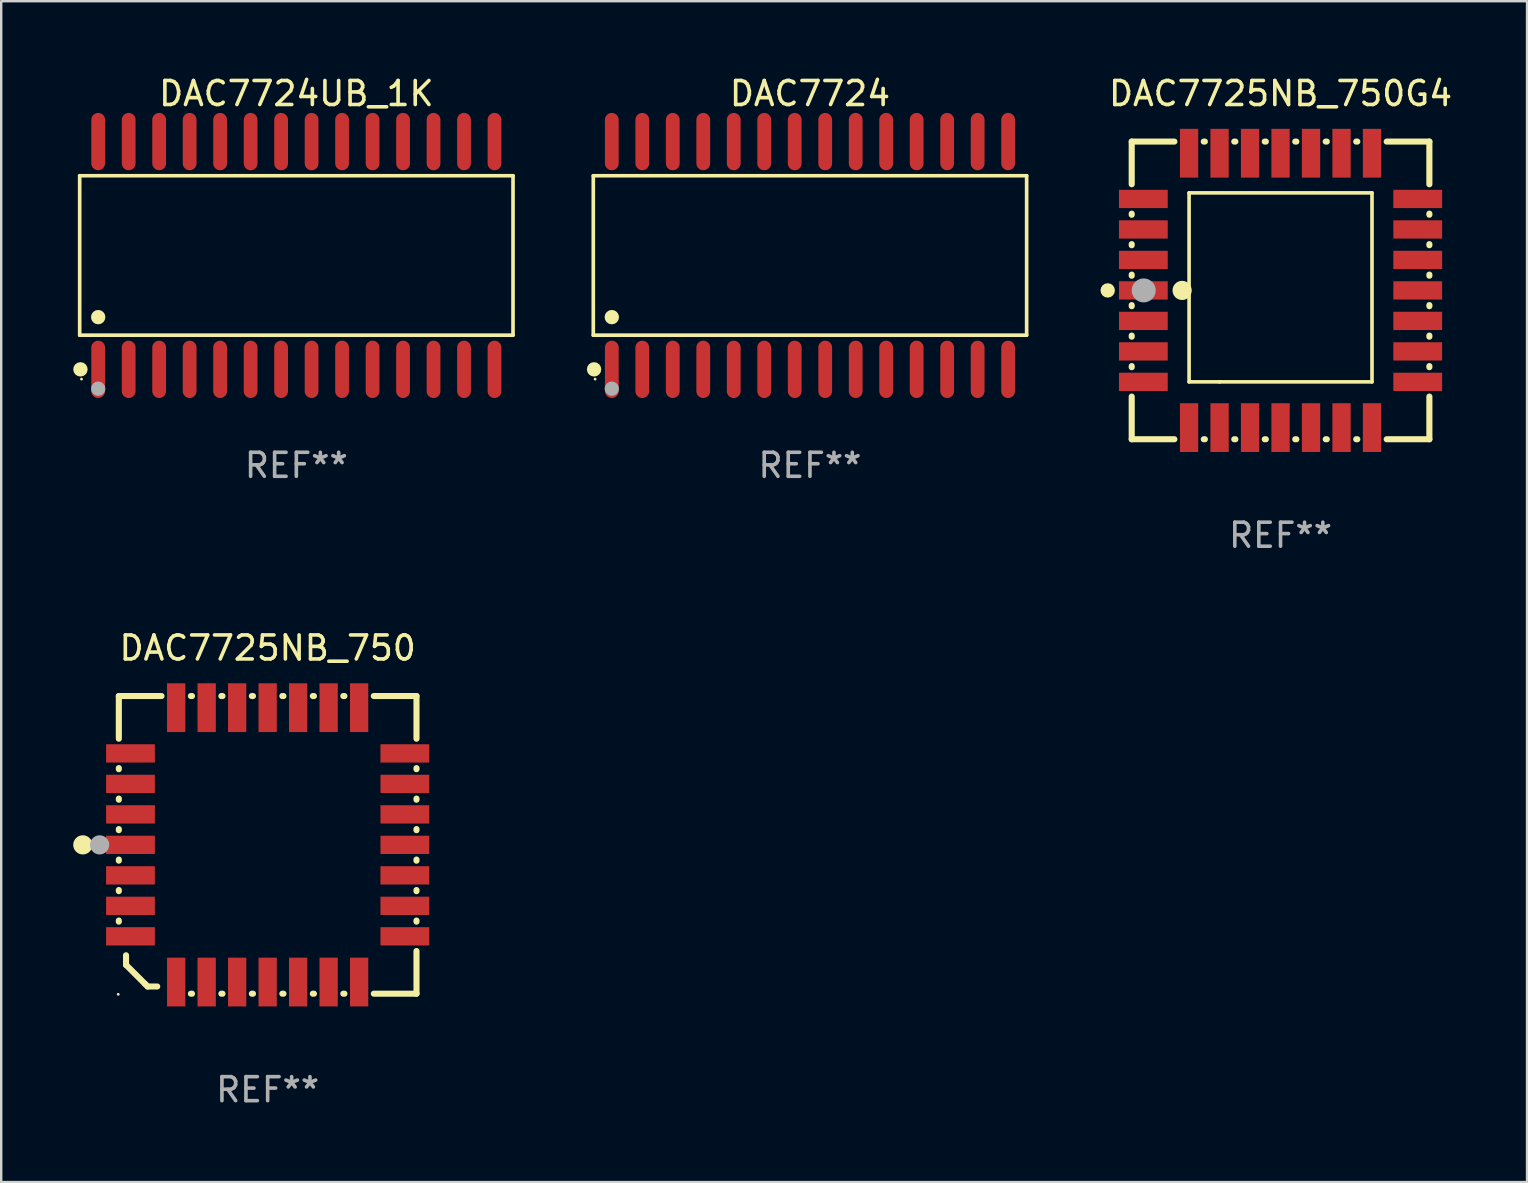
<source format=kicad_pcb>
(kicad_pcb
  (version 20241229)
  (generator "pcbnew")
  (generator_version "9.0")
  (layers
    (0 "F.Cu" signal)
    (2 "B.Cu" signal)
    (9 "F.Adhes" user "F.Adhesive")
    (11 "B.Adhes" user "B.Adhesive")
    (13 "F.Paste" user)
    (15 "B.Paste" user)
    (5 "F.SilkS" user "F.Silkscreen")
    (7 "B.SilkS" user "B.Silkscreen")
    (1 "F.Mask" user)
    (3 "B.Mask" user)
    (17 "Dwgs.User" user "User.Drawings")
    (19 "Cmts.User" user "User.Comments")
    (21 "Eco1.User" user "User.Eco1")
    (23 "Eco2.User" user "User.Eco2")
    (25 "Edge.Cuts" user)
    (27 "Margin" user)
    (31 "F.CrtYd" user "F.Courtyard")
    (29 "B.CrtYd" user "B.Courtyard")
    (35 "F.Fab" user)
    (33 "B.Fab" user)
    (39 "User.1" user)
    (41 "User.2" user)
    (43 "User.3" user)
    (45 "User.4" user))
  (footprint "DAC7724UB_1K"
    (layer "F.Cu")
    (at 9.295 7.592)
    (property "Reference" "DAC7724UB_1K" (at 0 -6.744 0) (layer "F.SilkS") (effects (font (size 1 1) (thickness 0.15))))
    (attr through_hole)
    (fp_line (start -9.026 -3.321) (end 9.026 -3.321) (stroke (width 0.152) (type solid)) (layer "F.SilkS"))
    (fp_line (start -9.026 3.321) (end -9.026 -3.321) (stroke (width 0.152) (type solid)) (layer "F.SilkS"))
    (fp_line (start 9.026 -3.321) (end 9.026 3.321) (stroke (width 0.152) (type solid)) (layer "F.SilkS"))
    (fp_line (start 9.026 3.321) (end -9.026 3.321) (stroke (width 0.152) (type solid)) (layer "F.SilkS"))
    (fp_circle (center -8.994 4.744) (end -8.844 4.744) (stroke (width 0.3) (type solid)) (fill no) (layer "F.SilkS"))
    (fp_circle (center -8.95 5.15) (end -8.92 5.15) (stroke (width 0.06) (type solid)) (fill no) (layer "F.SilkS"))
    (fp_circle (center -8.255 2.569) (end -8.105 2.569) (stroke (width 0.3) (type solid)) (fill no) (layer "F.SilkS"))
    (fp_circle (center -8.255 5.55) (end -8.105 5.55) (stroke (width 0.3) (type solid)) (fill no) (layer "F.Fab"))
    (fp_text user "REF**" (at 0 8.744 0) (layer "F.Fab") (effects (font (size 1 1) (thickness 0.15))))
    (pad "1" smd oval (at -8.255 4.744) (size 0.574 2.388) (layers "F.Cu" "F.Mask" "F.Paste"))
    (pad "2" smd oval (at -6.985 4.744) (size 0.574 2.388) (layers "F.Cu" "F.Mask" "F.Paste"))
    (pad "3" smd oval (at -5.715 4.744) (size 0.574 2.388) (layers "F.Cu" "F.Mask" "F.Paste"))
    (pad "4" smd oval (at -4.445 4.744) (size 0.574 2.388) (layers "F.Cu" "F.Mask" "F.Paste"))
    (pad "5" smd oval (at -3.175 4.744) (size 0.574 2.388) (layers "F.Cu" "F.Mask" "F.Paste"))
    (pad "6" smd oval (at -1.905 4.744) (size 0.574 2.388) (layers "F.Cu" "F.Mask" "F.Paste"))
    (pad "7" smd oval (at -0.635 4.744) (size 0.574 2.388) (layers "F.Cu" "F.Mask" "F.Paste"))
    (pad "8" smd oval (at 0.635 4.744) (size 0.574 2.388) (layers "F.Cu" "F.Mask" "F.Paste"))
    (pad "9" smd oval (at 1.905 4.744) (size 0.574 2.388) (layers "F.Cu" "F.Mask" "F.Paste"))
    (pad "10" smd oval (at 3.175 4.744) (size 0.574 2.388) (layers "F.Cu" "F.Mask" "F.Paste"))
    (pad "11" smd oval (at 4.445 4.744) (size 0.574 2.388) (layers "F.Cu" "F.Mask" "F.Paste"))
    (pad "12" smd oval (at 5.715 4.744) (size 0.574 2.388) (layers "F.Cu" "F.Mask" "F.Paste"))
    (pad "13" smd oval (at 6.985 4.744) (size 0.574 2.388) (layers "F.Cu" "F.Mask" "F.Paste"))
    (pad "14" smd oval (at 8.255 4.744) (size 0.574 2.388) (layers "F.Cu" "F.Mask" "F.Paste"))
    (pad "15" smd oval (at 8.255 -4.744) (size 0.574 2.388) (layers "F.Cu" "F.Mask" "F.Paste"))
    (pad "16" smd oval (at 6.985 -4.744) (size 0.574 2.388) (layers "F.Cu" "F.Mask" "F.Paste"))
    (pad "17" smd oval (at 5.715 -4.744) (size 0.574 2.388) (layers "F.Cu" "F.Mask" "F.Paste"))
    (pad "18" smd oval (at 4.445 -4.744) (size 0.574 2.388) (layers "F.Cu" "F.Mask" "F.Paste"))
    (pad "19" smd oval (at 3.175 -4.744) (size 0.574 2.388) (layers "F.Cu" "F.Mask" "F.Paste"))
    (pad "20" smd oval (at 1.905 -4.744) (size 0.574 2.388) (layers "F.Cu" "F.Mask" "F.Paste"))
    (pad "21" smd oval (at 0.635 -4.744) (size 0.574 2.388) (layers "F.Cu" "F.Mask" "F.Paste"))
    (pad "22" smd oval (at -0.635 -4.744) (size 0.574 2.388) (layers "F.Cu" "F.Mask" "F.Paste"))
    (pad "23" smd oval (at -1.905 -4.744) (size 0.574 2.388) (layers "F.Cu" "F.Mask" "F.Paste"))
    (pad "24" smd oval (at -3.175 -4.744) (size 0.574 2.388) (layers "F.Cu" "F.Mask" "F.Paste"))
    (pad "25" smd oval (at -4.445 -4.744) (size 0.574 2.388) (layers "F.Cu" "F.Mask" "F.Paste"))
    (pad "26" smd oval (at -5.715 -4.744) (size 0.574 2.388) (layers "F.Cu" "F.Mask" "F.Paste"))
    (pad "27" smd oval (at -6.985 -4.744) (size 0.574 2.388) (layers "F.Cu" "F.Mask" "F.Paste"))
    (pad "28" smd oval (at -8.255 -4.744) (size 0.574 2.388) (layers "F.Cu" "F.Mask" "F.Paste")))
  (footprint "DAC7724"
    (layer "F.Cu")
    (at 30.691 7.592)
    (property "Reference" "DAC7724" (at 0 -6.744 0) (layer "F.SilkS") (effects (font (size 1 1) (thickness 0.15))))
    (attr through_hole)
    (fp_line (start -9.026 -3.321) (end 9.026 -3.321) (stroke (width 0.152) (type solid)) (layer "F.SilkS"))
    (fp_line (start -9.026 3.321) (end -9.026 -3.321) (stroke (width 0.152) (type solid)) (layer "F.SilkS"))
    (fp_line (start 9.026 -3.321) (end 9.026 3.321) (stroke (width 0.152) (type solid)) (layer "F.SilkS"))
    (fp_line (start 9.026 3.321) (end -9.026 3.321) (stroke (width 0.152) (type solid)) (layer "F.SilkS"))
    (fp_circle (center -8.994 4.744) (end -8.844 4.744) (stroke (width 0.3) (type solid)) (fill no) (layer "F.SilkS"))
    (fp_circle (center -8.95 5.15) (end -8.92 5.15) (stroke (width 0.06) (type solid)) (fill no) (layer "F.SilkS"))
    (fp_circle (center -8.255 2.569) (end -8.105 2.569) (stroke (width 0.3) (type solid)) (fill no) (layer "F.SilkS"))
    (fp_circle (center -8.255 5.55) (end -8.105 5.55) (stroke (width 0.3) (type solid)) (fill no) (layer "F.Fab"))
    (fp_text user "REF**" (at 0 8.744 0) (layer "F.Fab") (effects (font (size 1 1) (thickness 0.15))))
    (pad "1" smd oval (at -8.255 4.744) (size 0.574 2.388) (layers "F.Cu" "F.Mask" "F.Paste"))
    (pad "2" smd oval (at -6.985 4.744) (size 0.574 2.388) (layers "F.Cu" "F.Mask" "F.Paste"))
    (pad "3" smd oval (at -5.715 4.744) (size 0.574 2.388) (layers "F.Cu" "F.Mask" "F.Paste"))
    (pad "4" smd oval (at -4.445 4.744) (size 0.574 2.388) (layers "F.Cu" "F.Mask" "F.Paste"))
    (pad "5" smd oval (at -3.175 4.744) (size 0.574 2.388) (layers "F.Cu" "F.Mask" "F.Paste"))
    (pad "6" smd oval (at -1.905 4.744) (size 0.574 2.388) (layers "F.Cu" "F.Mask" "F.Paste"))
    (pad "7" smd oval (at -0.635 4.744) (size 0.574 2.388) (layers "F.Cu" "F.Mask" "F.Paste"))
    (pad "8" smd oval (at 0.635 4.744) (size 0.574 2.388) (layers "F.Cu" "F.Mask" "F.Paste"))
    (pad "9" smd oval (at 1.905 4.744) (size 0.574 2.388) (layers "F.Cu" "F.Mask" "F.Paste"))
    (pad "10" smd oval (at 3.175 4.744) (size 0.574 2.388) (layers "F.Cu" "F.Mask" "F.Paste"))
    (pad "11" smd oval (at 4.445 4.744) (size 0.574 2.388) (layers "F.Cu" "F.Mask" "F.Paste"))
    (pad "12" smd oval (at 5.715 4.744) (size 0.574 2.388) (layers "F.Cu" "F.Mask" "F.Paste"))
    (pad "13" smd oval (at 6.985 4.744) (size 0.574 2.388) (layers "F.Cu" "F.Mask" "F.Paste"))
    (pad "14" smd oval (at 8.255 4.744) (size 0.574 2.388) (layers "F.Cu" "F.Mask" "F.Paste"))
    (pad "15" smd oval (at 8.255 -4.744) (size 0.574 2.388) (layers "F.Cu" "F.Mask" "F.Paste"))
    (pad "16" smd oval (at 6.985 -4.744) (size 0.574 2.388) (layers "F.Cu" "F.Mask" "F.Paste"))
    (pad "17" smd oval (at 5.715 -4.744) (size 0.574 2.388) (layers "F.Cu" "F.Mask" "F.Paste"))
    (pad "18" smd oval (at 4.445 -4.744) (size 0.574 2.388) (layers "F.Cu" "F.Mask" "F.Paste"))
    (pad "19" smd oval (at 3.175 -4.744) (size 0.574 2.388) (layers "F.Cu" "F.Mask" "F.Paste"))
    (pad "20" smd oval (at 1.905 -4.744) (size 0.574 2.388) (layers "F.Cu" "F.Mask" "F.Paste"))
    (pad "21" smd oval (at 0.635 -4.744) (size 0.574 2.388) (layers "F.Cu" "F.Mask" "F.Paste"))
    (pad "22" smd oval (at -0.635 -4.744) (size 0.574 2.388) (layers "F.Cu" "F.Mask" "F.Paste"))
    (pad "23" smd oval (at -1.905 -4.744) (size 0.574 2.388) (layers "F.Cu" "F.Mask" "F.Paste"))
    (pad "24" smd oval (at -3.175 -4.744) (size 0.574 2.388) (layers "F.Cu" "F.Mask" "F.Paste"))
    (pad "25" smd oval (at -4.445 -4.744) (size 0.574 2.388) (layers "F.Cu" "F.Mask" "F.Paste"))
    (pad "26" smd oval (at -5.715 -4.744) (size 0.574 2.388) (layers "F.Cu" "F.Mask" "F.Paste"))
    (pad "27" smd oval (at -6.985 -4.744) (size 0.574 2.388) (layers "F.Cu" "F.Mask" "F.Paste"))
    (pad "28" smd oval (at -8.255 -4.744) (size 0.574 2.388) (layers "F.Cu" "F.Mask" "F.Paste")))
  (footprint "DAC7725NB_750"
    (layer "F.Cu")
    (at 8.1 32.145)
    (property "Reference" "DAC7725NB_750" (at 0 -8.2 0) (layer "F.SilkS") (effects (font (size 1 1) (thickness 0.15))))
    (attr through_hole)
    (fp_line (start -6.2 -6.2) (end -4.422 -6.2) (stroke (width 0.254) (type solid)) (layer "F.SilkS"))
    (fp_line (start -6.2 -4.422) (end -6.2 -6.2) (stroke (width 0.254) (type solid)) (layer "F.SilkS"))
    (fp_line (start -6.2 -3.152) (end -6.2 -3.198) (stroke (width 0.254) (type solid)) (layer "F.SilkS"))
    (fp_line (start -6.2 -1.882) (end -6.2 -1.928) (stroke (width 0.254) (type solid)) (layer "F.SilkS"))
    (fp_line (start -6.2 -0.612) (end -6.2 -0.658) (stroke (width 0.254) (type solid)) (layer "F.SilkS"))
    (fp_line (start -6.2 0.658) (end -6.2 0.612) (stroke (width 0.254) (type solid)) (layer "F.SilkS"))
    (fp_line (start -6.2 1.928) (end -6.2 1.882) (stroke (width 0.254) (type solid)) (layer "F.SilkS"))
    (fp_line (start -6.2 3.198) (end -6.2 3.152) (stroke (width 0.254) (type solid)) (layer "F.SilkS"))
    (fp_line (start -5.9 4.6) (end -5.9 5) (stroke (width 0.254) (type solid)) (layer "F.SilkS"))
    (fp_line (start -5.9 5) (end -5.1 5.8) (stroke (width 0.254) (type solid)) (layer "F.SilkS"))
    (fp_line (start -5.1 5.8) (end -5 5.9) (stroke (width 0.254) (type solid)) (layer "F.SilkS"))
    (fp_line (start -5 5.9) (end -4.6 5.9) (stroke (width 0.254) (type solid)) (layer "F.SilkS"))
    (fp_line (start -3.198 -6.2) (end -3.152 -6.2) (stroke (width 0.254) (type solid)) (layer "F.SilkS"))
    (fp_line (start -3.152 6.2) (end -3.198 6.2) (stroke (width 0.254) (type solid)) (layer "F.SilkS"))
    (fp_line (start -1.928 -6.2) (end -1.882 -6.2) (stroke (width 0.254) (type solid)) (layer "F.SilkS"))
    (fp_line (start -1.882 6.2) (end -1.928 6.2) (stroke (width 0.254) (type solid)) (layer "F.SilkS"))
    (fp_line (start -0.658 -6.2) (end -0.612 -6.2) (stroke (width 0.254) (type solid)) (layer "F.SilkS"))
    (fp_line (start -0.612 6.2) (end -0.658 6.2) (stroke (width 0.254) (type solid)) (layer "F.SilkS"))
    (fp_line (start 0.612 -6.2) (end 0.658 -6.2) (stroke (width 0.254) (type solid)) (layer "F.SilkS"))
    (fp_line (start 0.658 6.2) (end 0.612 6.2) (stroke (width 0.254) (type solid)) (layer "F.SilkS"))
    (fp_line (start 1.882 -6.2) (end 1.928 -6.2) (stroke (width 0.254) (type solid)) (layer "F.SilkS"))
    (fp_line (start 1.928 6.2) (end 1.882 6.2) (stroke (width 0.254) (type solid)) (layer "F.SilkS"))
    (fp_line (start 3.152 -6.2) (end 3.198 -6.2) (stroke (width 0.254) (type solid)) (layer "F.SilkS"))
    (fp_line (start 3.198 6.2) (end 3.152 6.2) (stroke (width 0.254) (type solid)) (layer "F.SilkS"))
    (fp_line (start 4.422 -6.2) (end 6.2 -6.2) (stroke (width 0.254) (type solid)) (layer "F.SilkS"))
    (fp_line (start 6.2 -6.2) (end 6.2 -4.422) (stroke (width 0.254) (type solid)) (layer "F.SilkS"))
    (fp_line (start 6.2 -3.198) (end 6.2 -3.152) (stroke (width 0.254) (type solid)) (layer "F.SilkS"))
    (fp_line (start 6.2 -1.928) (end 6.2 -1.882) (stroke (width 0.254) (type solid)) (layer "F.SilkS"))
    (fp_line (start 6.2 -0.658) (end 6.2 -0.612) (stroke (width 0.254) (type solid)) (layer "F.SilkS"))
    (fp_line (start 6.2 0.612) (end 6.2 0.658) (stroke (width 0.254) (type solid)) (layer "F.SilkS"))
    (fp_line (start 6.2 1.882) (end 6.2 1.928) (stroke (width 0.254) (type solid)) (layer "F.SilkS"))
    (fp_line (start 6.2 3.152) (end 6.2 3.198) (stroke (width 0.254) (type solid)) (layer "F.SilkS"))
    (fp_line (start 6.2 4.422) (end 6.2 6.2) (stroke (width 0.254) (type solid)) (layer "F.SilkS"))
    (fp_line (start 6.2 6.2) (end 4.422 6.2) (stroke (width 0.254) (type solid)) (layer "F.SilkS"))
    (fp_circle (center -7.7 0) (end -7.5 0) (stroke (width 0.4) (type solid)) (fill no) (layer "F.SilkS"))
    (fp_circle (center -6.225 6.225) (end -6.195 6.225) (stroke (width 0.06) (type solid)) (fill no) (layer "F.SilkS"))
    (fp_circle (center -7 0) (end -6.8 0) (stroke (width 0.4) (type solid)) (fill no) (layer "F.Fab"))
    (fp_text user "REF**" (at 0 10.2 0) (layer "F.Fab") (effects (font (size 1 1) (thickness 0.15))))
    (pad "1" smd rect (at -5.715 0) (size 2.032 0.762) (layers "F.Cu" "F.Mask" "F.Paste"))
    (pad "2" smd rect (at -5.715 1.27) (size 2.032 0.762) (layers "F.Cu" "F.Mask" "F.Paste"))
    (pad "3" smd rect (at -5.715 2.54) (size 2.032 0.762) (layers "F.Cu" "F.Mask" "F.Paste"))
    (pad "4" smd rect (at -5.715 3.81) (size 2.032 0.762) (layers "F.Cu" "F.Mask" "F.Paste"))
    (pad "5" smd rect (at -3.81 5.715) (size 0.762 2.032) (layers "F.Cu" "F.Mask" "F.Paste"))
    (pad "6" smd rect (at -2.54 5.715) (size 0.762 2.032) (layers "F.Cu" "F.Mask" "F.Paste"))
    (pad "7" smd rect (at -1.27 5.715) (size 0.762 2.032) (layers "F.Cu" "F.Mask" "F.Paste"))
    (pad "8" smd rect (at 0 5.715) (size 0.762 2.032) (layers "F.Cu" "F.Mask" "F.Paste"))
    (pad "9" smd rect (at 1.27 5.715) (size 0.762 2.032) (layers "F.Cu" "F.Mask" "F.Paste"))
    (pad "10" smd rect (at 2.54 5.715) (size 0.762 2.032) (layers "F.Cu" "F.Mask" "F.Paste"))
    (pad "11" smd rect (at 3.81 5.715) (size 0.762 2.032) (layers "F.Cu" "F.Mask" "F.Paste"))
    (pad "12" smd rect (at 5.715 3.81) (size 2.032 0.762) (layers "F.Cu" "F.Mask" "F.Paste"))
    (pad "13" smd rect (at 5.715 2.54) (size 2.032 0.762) (layers "F.Cu" "F.Mask" "F.Paste"))
    (pad "14" smd rect (at 5.715 1.27) (size 2.032 0.762) (layers "F.Cu" "F.Mask" "F.Paste"))
    (pad "15" smd rect (at 5.715 0) (size 2.032 0.762) (layers "F.Cu" "F.Mask" "F.Paste"))
    (pad "16" smd rect (at 5.715 -1.27) (size 2.032 0.762) (layers "F.Cu" "F.Mask" "F.Paste"))
    (pad "17" smd rect (at 5.715 -2.54) (size 2.032 0.762) (layers "F.Cu" "F.Mask" "F.Paste"))
    (pad "18" smd rect (at 5.715 -3.81) (size 2.032 0.762) (layers "F.Cu" "F.Mask" "F.Paste"))
    (pad "19" smd rect (at 3.81 -5.715) (size 0.762 2.032) (layers "F.Cu" "F.Mask" "F.Paste"))
    (pad "20" smd rect (at 2.54 -5.715) (size 0.762 2.032) (layers "F.Cu" "F.Mask" "F.Paste"))
    (pad "21" smd rect (at 1.27 -5.715) (size 0.762 2.032) (layers "F.Cu" "F.Mask" "F.Paste"))
    (pad "22" smd rect (at 0 -5.715) (size 0.762 2.032) (layers "F.Cu" "F.Mask" "F.Paste"))
    (pad "23" smd rect (at -1.27 -5.715) (size 0.762 2.032) (layers "F.Cu" "F.Mask" "F.Paste"))
    (pad "24" smd rect (at -2.54 -5.715) (size 0.762 2.032) (layers "F.Cu" "F.Mask" "F.Paste"))
    (pad "25" smd rect (at -3.81 -5.715) (size 0.762 2.032) (layers "F.Cu" "F.Mask" "F.Paste"))
    (pad "26" smd rect (at -5.715 -3.81) (size 2.032 0.762) (layers "F.Cu" "F.Mask" "F.Paste"))
    (pad "27" smd rect (at -5.715 -2.54) (size 2.032 0.762) (layers "F.Cu" "F.Mask" "F.Paste"))
    (pad "28" smd rect (at -5.715 -1.27) (size 2.032 0.762) (layers "F.Cu" "F.Mask" "F.Paste")))
  (footprint "DAC7725NB_750G4"
    (layer "F.Cu")
    (at 50.294 9.048)
    (property "Reference" "DAC7725NB_750G4" (at 0 -8.2 0) (layer "F.SilkS") (effects (font (size 1 1) (thickness 0.15))))
    (attr through_hole)
    (fp_line (start -6.2 -6.2) (end -4.422 -6.2) (stroke (width 0.254) (type solid)) (layer "F.SilkS"))
    (fp_line (start -6.2 -4.422) (end -6.2 -6.2) (stroke (width 0.254) (type solid)) (layer "F.SilkS"))
    (fp_line (start -6.2 -3.152) (end -6.2 -3.198) (stroke (width 0.254) (type solid)) (layer "F.SilkS"))
    (fp_line (start -6.2 -1.882) (end -6.2 -1.928) (stroke (width 0.254) (type solid)) (layer "F.SilkS"))
    (fp_line (start -6.2 -0.612) (end -6.2 -0.658) (stroke (width 0.254) (type solid)) (layer "F.SilkS"))
    (fp_line (start -6.2 0.658) (end -6.2 0.612) (stroke (width 0.254) (type solid)) (layer "F.SilkS"))
    (fp_line (start -6.2 1.928) (end -6.2 1.882) (stroke (width 0.254) (type solid)) (layer "F.SilkS"))
    (fp_line (start -6.2 3.198) (end -6.2 3.152) (stroke (width 0.254) (type solid)) (layer "F.SilkS"))
    (fp_line (start -6.2 6.2) (end -6.2 4.422) (stroke (width 0.254) (type solid)) (layer "F.SilkS"))
    (fp_line (start -4.422 6.2) (end -6.2 6.2) (stroke (width 0.254) (type solid)) (layer "F.SilkS"))
    (fp_line (start -3.81 -4.064) (end 3.81 -4.064) (stroke (width 0.15) (type solid)) (layer "F.SilkS"))
    (fp_line (start -3.81 3.81) (end -3.81 -4.064) (stroke (width 0.15) (type solid)) (layer "F.SilkS"))
    (fp_line (start -3.198 -6.2) (end -3.152 -6.2) (stroke (width 0.254) (type solid)) (layer "F.SilkS"))
    (fp_line (start -3.152 6.2) (end -3.198 6.2) (stroke (width 0.254) (type solid)) (layer "F.SilkS"))
    (fp_line (start -2.54 3.81) (end -3.81 3.81) (stroke (width 0.15) (type solid)) (layer "F.SilkS"))
    (fp_line (start -1.928 -6.2) (end -1.882 -6.2) (stroke (width 0.254) (type solid)) (layer "F.SilkS"))
    (fp_line (start -1.882 6.2) (end -1.928 6.2) (stroke (width 0.254) (type solid)) (layer "F.SilkS"))
    (fp_line (start -0.658 -6.2) (end -0.612 -6.2) (stroke (width 0.254) (type solid)) (layer "F.SilkS"))
    (fp_line (start -0.612 6.2) (end -0.658 6.2) (stroke (width 0.254) (type solid)) (layer "F.SilkS"))
    (fp_line (start 0.612 -6.2) (end 0.658 -6.2) (stroke (width 0.254) (type solid)) (layer "F.SilkS"))
    (fp_line (start 0.658 6.2) (end 0.612 6.2) (stroke (width 0.254) (type solid)) (layer "F.SilkS"))
    (fp_line (start 1.882 -6.2) (end 1.928 -6.2) (stroke (width 0.254) (type solid)) (layer "F.SilkS"))
    (fp_line (start 1.928 6.2) (end 1.882 6.2) (stroke (width 0.254) (type solid)) (layer "F.SilkS"))
    (fp_line (start 3.152 -6.2) (end 3.198 -6.2) (stroke (width 0.254) (type solid)) (layer "F.SilkS"))
    (fp_line (start 3.198 6.2) (end 3.152 6.2) (stroke (width 0.254) (type solid)) (layer "F.SilkS"))
    (fp_line (start 3.81 -4.064) (end 3.81 3.81) (stroke (width 0.15) (type solid)) (layer "F.SilkS"))
    (fp_line (start 3.81 3.81) (end -2.54 3.81) (stroke (width 0.15) (type solid)) (layer "F.SilkS"))
    (fp_line (start 4.422 -6.2) (end 6.2 -6.2) (stroke (width 0.254) (type solid)) (layer "F.SilkS"))
    (fp_line (start 6.2 -6.2) (end 6.2 -4.422) (stroke (width 0.254) (type solid)) (layer "F.SilkS"))
    (fp_line (start 6.2 -3.198) (end 6.2 -3.152) (stroke (width 0.254) (type solid)) (layer "F.SilkS"))
    (fp_line (start 6.2 -1.928) (end 6.2 -1.882) (stroke (width 0.254) (type solid)) (layer "F.SilkS"))
    (fp_line (start 6.2 -0.658) (end 6.2 -0.612) (stroke (width 0.254) (type solid)) (layer "F.SilkS"))
    (fp_line (start 6.2 0.612) (end 6.2 0.658) (stroke (width 0.254) (type solid)) (layer "F.SilkS"))
    (fp_line (start 6.2 1.882) (end 6.2 1.928) (stroke (width 0.254) (type solid)) (layer "F.SilkS"))
    (fp_line (start 6.2 3.152) (end 6.2 3.198) (stroke (width 0.254) (type solid)) (layer "F.SilkS"))
    (fp_line (start 6.2 4.422) (end 6.2 6.2) (stroke (width 0.254) (type solid)) (layer "F.SilkS"))
    (fp_line (start 6.2 6.2) (end 4.422 6.2) (stroke (width 0.254) (type solid)) (layer "F.SilkS"))
    (fp_circle (center -7.2 0) (end -7.05 0) (stroke (width 0.3) (type solid)) (fill no) (layer "F.SilkS"))
    (fp_circle (center -6.223 6.223) (end -6.193 6.223) (stroke (width 0.06) (type solid)) (fill no) (layer "F.SilkS"))
    (fp_circle (center -4.1 0) (end -3.9 0) (stroke (width 0.4) (type solid)) (fill no) (layer "F.SilkS"))
    (fp_circle (center -5.7 0) (end -5.45 0) (stroke (width 0.5) (type solid)) (fill no) (layer "F.Fab"))
    (fp_text user "REF**" (at 0 10.2 0) (layer "F.Fab") (effects (font (size 1 1) (thickness 0.15))))
    (pad "1" smd rect (at -5.715 0) (size 2.032 0.762) (layers "F.Cu" "F.Mask" "F.Paste"))
    (pad "2" smd rect (at -5.715 1.27) (size 2.032 0.762) (layers "F.Cu" "F.Mask" "F.Paste"))
    (pad "3" smd rect (at -5.715 2.54) (size 2.032 0.762) (layers "F.Cu" "F.Mask" "F.Paste"))
    (pad "4" smd rect (at -5.715 3.81) (size 2.032 0.762) (layers "F.Cu" "F.Mask" "F.Paste"))
    (pad "5" smd rect (at -3.81 5.715) (size 0.762 2.032) (layers "F.Cu" "F.Mask" "F.Paste"))
    (pad "6" smd rect (at -2.54 5.715) (size 0.762 2.032) (layers "F.Cu" "F.Mask" "F.Paste"))
    (pad "7" smd rect (at -1.27 5.715) (size 0.762 2.032) (layers "F.Cu" "F.Mask" "F.Paste"))
    (pad "8" smd rect (at 0 5.715) (size 0.762 2.032) (layers "F.Cu" "F.Mask" "F.Paste"))
    (pad "9" smd rect (at 1.27 5.715) (size 0.762 2.032) (layers "F.Cu" "F.Mask" "F.Paste"))
    (pad "10" smd rect (at 2.54 5.715) (size 0.762 2.032) (layers "F.Cu" "F.Mask" "F.Paste"))
    (pad "11" smd rect (at 3.81 5.715) (size 0.762 2.032) (layers "F.Cu" "F.Mask" "F.Paste"))
    (pad "12" smd rect (at 5.715 3.81) (size 2.032 0.762) (layers "F.Cu" "F.Mask" "F.Paste"))
    (pad "13" smd rect (at 5.715 2.54) (size 2.032 0.762) (layers "F.Cu" "F.Mask" "F.Paste"))
    (pad "14" smd rect (at 5.715 1.27) (size 2.032 0.762) (layers "F.Cu" "F.Mask" "F.Paste"))
    (pad "15" smd rect (at 5.715 0) (size 2.032 0.762) (layers "F.Cu" "F.Mask" "F.Paste"))
    (pad "16" smd rect (at 5.715 -1.27) (size 2.032 0.762) (layers "F.Cu" "F.Mask" "F.Paste"))
    (pad "17" smd rect (at 5.715 -2.54) (size 2.032 0.762) (layers "F.Cu" "F.Mask" "F.Paste"))
    (pad "18" smd rect (at 5.715 -3.81) (size 2.032 0.762) (layers "F.Cu" "F.Mask" "F.Paste"))
    (pad "19" smd rect (at 3.81 -5.715) (size 0.762 2.032) (layers "F.Cu" "F.Mask" "F.Paste"))
    (pad "20" smd rect (at 2.54 -5.715) (size 0.762 2.032) (layers "F.Cu" "F.Mask" "F.Paste"))
    (pad "21" smd rect (at 1.27 -5.715) (size 0.762 2.032) (layers "F.Cu" "F.Mask" "F.Paste"))
    (pad "22" smd rect (at 0 -5.715) (size 0.762 2.032) (layers "F.Cu" "F.Mask" "F.Paste"))
    (pad "23" smd rect (at -1.27 -5.715) (size 0.762 2.032) (layers "F.Cu" "F.Mask" "F.Paste"))
    (pad "24" smd rect (at -2.54 -5.715) (size 0.762 2.032) (layers "F.Cu" "F.Mask" "F.Paste"))
    (pad "25" smd rect (at -3.81 -5.715) (size 0.762 2.032) (layers "F.Cu" "F.Mask" "F.Paste"))
    (pad "26" smd rect (at -5.715 -3.81) (size 2.032 0.762) (layers "F.Cu" "F.Mask" "F.Paste"))
    (pad "27" smd rect (at -5.715 -2.54) (size 2.032 0.762) (layers "F.Cu" "F.Mask" "F.Paste"))
    (pad "28" smd rect (at -5.715 -1.27) (size 2.032 0.762) (layers "F.Cu" "F.Mask" "F.Paste")))
  (gr_rect
    (start -3 -3)
    (end 60.562 46.193)
    (stroke (width 0.1) (type default))
    (fill no)
    (layer "Edge.Cuts")))
</source>
